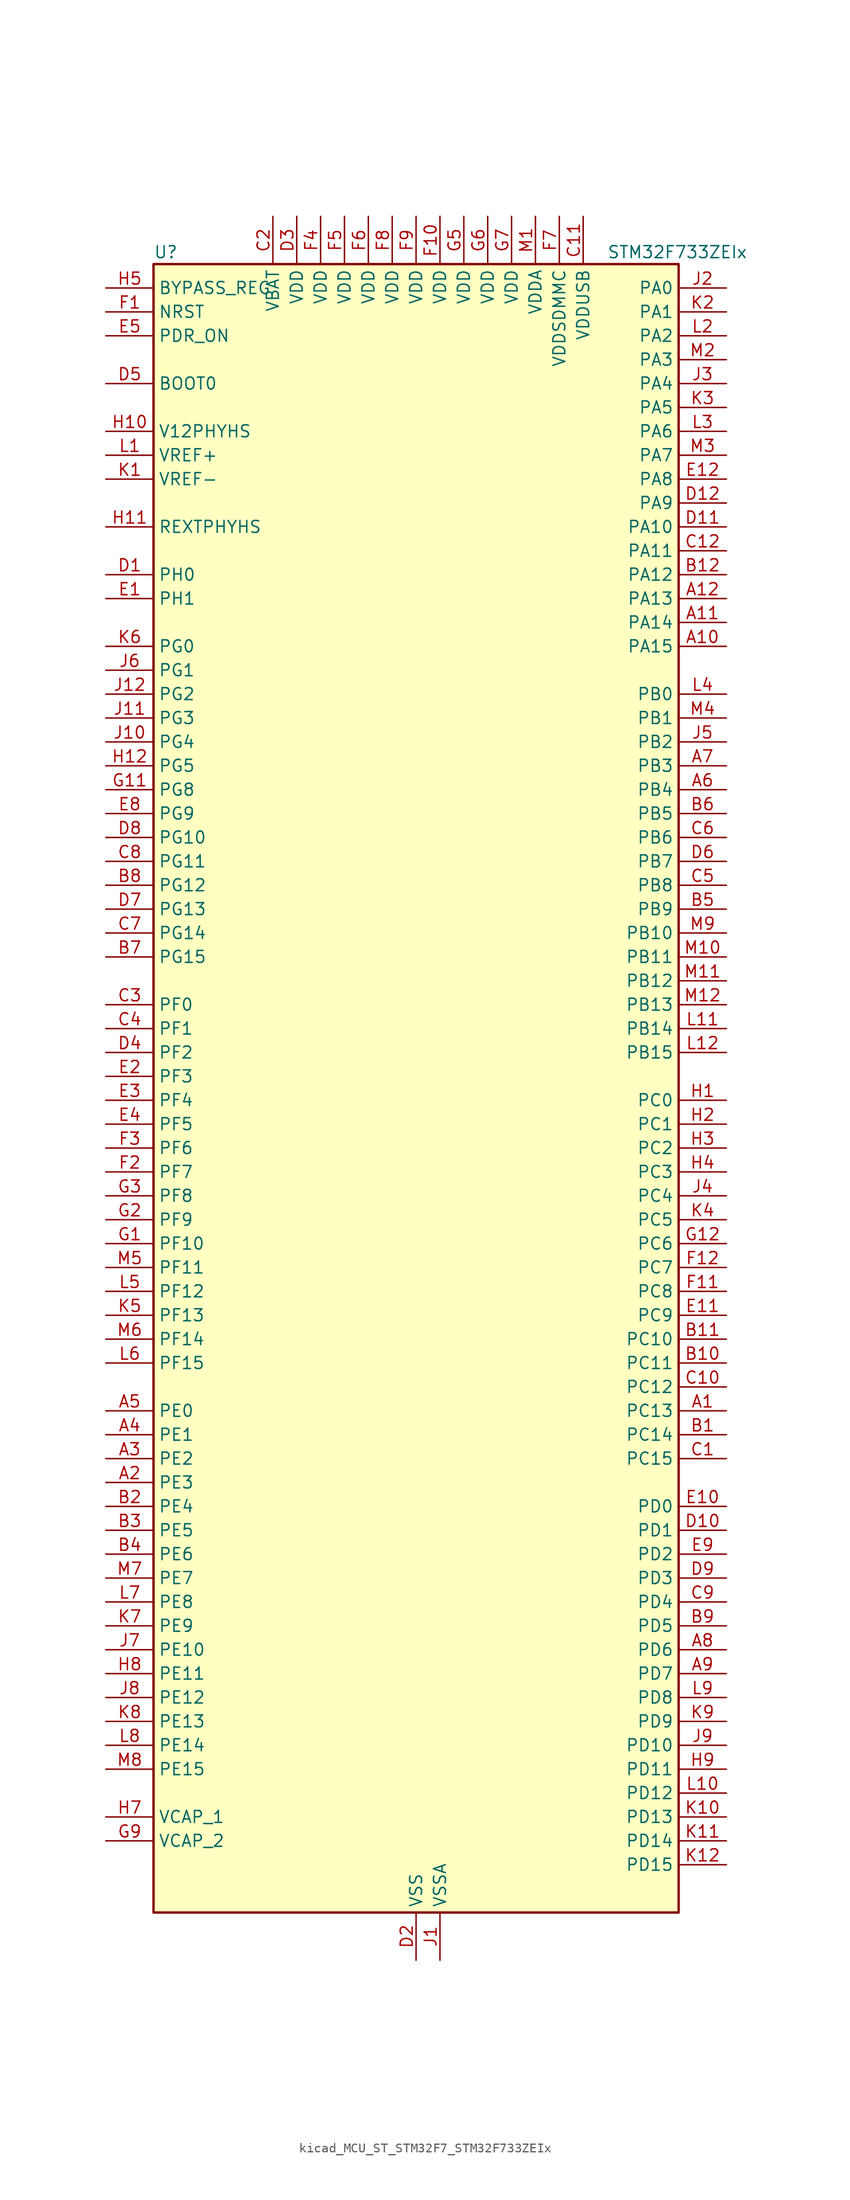
<source format=kicad_sym>
(kicad_symbol_lib
  (version 20220914)
  (generator kicad_symbol_editor)
  (symbol "kicad_MCU_ST_STM32F7_STM32F733ZEIx"
    (property "Reference" "U"
      (at -27.94 90.17 0)
      (effects (font (size 1.27 1.27)) (justify left)))
    (property "Value" "STM32F733ZEIx"
      (at 20.32 90.17 0)
      (effects (font (size 1.27 1.27)) (justify left)))
    (property "ki_locked" ""
      (at 0 0 0)
      (effects (font (size 1.27 1.27))))
    (symbol "kicad_MCU_ST_STM32F7_STM32F733ZEIx_0_1"
      (rectangle (start -27.94 -86.36) (end 27.94 88.9) (stroke (width 0.254) (type default)) (fill (type background))))
    (symbol "kicad_MCU_ST_STM32F7_STM32F733ZEIx_1_1"
      (pin bidirectional line (at 33.02 -33.02 180) (length 5.08) (name "PC13" (effects (font (size 1.27 1.27)))) (number "A1" (effects (font (size 1.27 1.27)))) (alternate "RTC_OUT" bidirectional line) (alternate "RTC_TAMP1" bidirectional line) (alternate "RTC_TS" bidirectional line) (alternate "SYS_WKUP4" bidirectional line))
      (pin bidirectional line (at 33.02 48.26 180) (length 5.08) (name "PA15" (effects (font (size 1.27 1.27)))) (number "A10" (effects (font (size 1.27 1.27)))) (alternate "I2S1_WS" bidirectional line) (alternate "I2S3_WS" bidirectional line) (alternate "SPI1_NSS" bidirectional line) (alternate "SPI3_NSS" bidirectional line) (alternate "SYS_JTDI" bidirectional line) (alternate "TIM2_CH1" bidirectional line) (alternate "TIM2_ETR" bidirectional line) (alternate "UART4_DE" bidirectional line) (alternate "UART4_RTS" bidirectional line))
      (pin bidirectional line (at 33.02 50.8 180) (length 5.08) (name "PA14" (effects (font (size 1.27 1.27)))) (number "A11" (effects (font (size 1.27 1.27)))) (alternate "SYS_JTCK-SWCLK" bidirectional line))
      (pin bidirectional line (at 33.02 53.34 180) (length 5.08) (name "PA13" (effects (font (size 1.27 1.27)))) (number "A12" (effects (font (size 1.27 1.27)))) (alternate "SYS_JTMS-SWDIO" bidirectional line))
      (pin bidirectional line (at -33.02 -40.64 0) (length 5.08) (name "PE3" (effects (font (size 1.27 1.27)))) (number "A2" (effects (font (size 1.27 1.27)))) (alternate "FMC_A19" bidirectional line) (alternate "SAI1_SD_B" bidirectional line) (alternate "SYS_TRACED0" bidirectional line))
      (pin bidirectional line (at -33.02 -38.1 0) (length 5.08) (name "PE2" (effects (font (size 1.27 1.27)))) (number "A3" (effects (font (size 1.27 1.27)))) (alternate "FMC_A23" bidirectional line) (alternate "QUADSPI_BK1_IO2" bidirectional line) (alternate "SAI1_MCLK_A" bidirectional line) (alternate "SPI4_SCK" bidirectional line) (alternate "SYS_TRACECLK" bidirectional line))
      (pin bidirectional line (at -33.02 -35.56 0) (length 5.08) (name "PE1" (effects (font (size 1.27 1.27)))) (number "A4" (effects (font (size 1.27 1.27)))) (alternate "FMC_NBL1" bidirectional line) (alternate "LPTIM1_IN2" bidirectional line) (alternate "UART8_TX" bidirectional line))
      (pin bidirectional line (at -33.02 -33.02 0) (length 5.08) (name "PE0" (effects (font (size 1.27 1.27)))) (number "A5" (effects (font (size 1.27 1.27)))) (alternate "FMC_NBL0" bidirectional line) (alternate "LPTIM1_ETR" bidirectional line) (alternate "SAI2_MCLK_A" bidirectional line) (alternate "TIM4_ETR" bidirectional line) (alternate "UART8_RX" bidirectional line))
      (pin bidirectional line (at 33.02 33.02 180) (length 5.08) (name "PB4" (effects (font (size 1.27 1.27)))) (number "A6" (effects (font (size 1.27 1.27)))) (alternate "I2S2_WS" bidirectional line) (alternate "SDMMC2_D3" bidirectional line) (alternate "SPI1_MISO" bidirectional line) (alternate "SPI2_NSS" bidirectional line) (alternate "SPI3_MISO" bidirectional line) (alternate "SYS_JTRST" bidirectional line) (alternate "TIM3_CH1" bidirectional line))
      (pin bidirectional line (at 33.02 35.56 180) (length 5.08) (name "PB3" (effects (font (size 1.27 1.27)))) (number "A7" (effects (font (size 1.27 1.27)))) (alternate "I2S1_CK" bidirectional line) (alternate "I2S3_CK" bidirectional line) (alternate "SDMMC2_D2" bidirectional line) (alternate "SPI1_SCK" bidirectional line) (alternate "SPI3_SCK" bidirectional line) (alternate "SYS_JTDO-SWO" bidirectional line) (alternate "TIM2_CH2" bidirectional line))
      (pin bidirectional line (at 33.02 -58.42 180) (length 5.08) (name "PD6" (effects (font (size 1.27 1.27)))) (number "A8" (effects (font (size 1.27 1.27)))) (alternate "FMC_NWAIT" bidirectional line) (alternate "I2S3_SD" bidirectional line) (alternate "SAI1_SD_A" bidirectional line) (alternate "SDMMC2_CK" bidirectional line) (alternate "SPI3_MOSI" bidirectional line) (alternate "USART2_RX" bidirectional line))
      (pin bidirectional line (at 33.02 -60.96 180) (length 5.08) (name "PD7" (effects (font (size 1.27 1.27)))) (number "A9" (effects (font (size 1.27 1.27)))) (alternate "FMC_NE1" bidirectional line) (alternate "SDMMC2_CMD" bidirectional line) (alternate "USART2_CK" bidirectional line))
      (pin bidirectional line (at 33.02 -35.56 180) (length 5.08) (name "PC14" (effects (font (size 1.27 1.27)))) (number "B1" (effects (font (size 1.27 1.27)))) (alternate "RCC_OSC32_IN" bidirectional line))
      (pin bidirectional line (at 33.02 -27.94 180) (length 5.08) (name "PC11" (effects (font (size 1.27 1.27)))) (number "B10" (effects (font (size 1.27 1.27)))) (alternate "ADC1_EXTI11" bidirectional line) (alternate "ADC2_EXTI11" bidirectional line) (alternate "ADC3_EXTI11" bidirectional line) (alternate "QUADSPI_BK2_NCS" bidirectional line) (alternate "SDMMC1_D3" bidirectional line) (alternate "SPI3_MISO" bidirectional line) (alternate "UART4_RX" bidirectional line) (alternate "USART3_RX" bidirectional line))
      (pin bidirectional line (at 33.02 -25.4 180) (length 5.08) (name "PC10" (effects (font (size 1.27 1.27)))) (number "B11" (effects (font (size 1.27 1.27)))) (alternate "I2S3_CK" bidirectional line) (alternate "QUADSPI_BK1_IO1" bidirectional line) (alternate "SDMMC1_D2" bidirectional line) (alternate "SPI3_SCK" bidirectional line) (alternate "UART4_TX" bidirectional line) (alternate "USART3_TX" bidirectional line))
      (pin bidirectional line (at 33.02 55.88 180) (length 5.08) (name "PA12" (effects (font (size 1.27 1.27)))) (number "B12" (effects (font (size 1.27 1.27)))) (alternate "CAN1_TX" bidirectional line) (alternate "SAI2_FS_B" bidirectional line) (alternate "TIM1_ETR" bidirectional line) (alternate "USART1_DE" bidirectional line) (alternate "USART1_RTS" bidirectional line) (alternate "USB_OTG_FS_DP" bidirectional line))
      (pin bidirectional line (at -33.02 -43.18 0) (length 5.08) (name "PE4" (effects (font (size 1.27 1.27)))) (number "B2" (effects (font (size 1.27 1.27)))) (alternate "FMC_A20" bidirectional line) (alternate "SAI1_FS_A" bidirectional line) (alternate "SPI4_NSS" bidirectional line) (alternate "SYS_TRACED1" bidirectional line))
      (pin bidirectional line (at -33.02 -45.72 0) (length 5.08) (name "PE5" (effects (font (size 1.27 1.27)))) (number "B3" (effects (font (size 1.27 1.27)))) (alternate "FMC_A21" bidirectional line) (alternate "SAI1_SCK_A" bidirectional line) (alternate "SPI4_MISO" bidirectional line) (alternate "SYS_TRACED2" bidirectional line) (alternate "TIM9_CH1" bidirectional line))
      (pin bidirectional line (at -33.02 -48.26 0) (length 5.08) (name "PE6" (effects (font (size 1.27 1.27)))) (number "B4" (effects (font (size 1.27 1.27)))) (alternate "FMC_A22" bidirectional line) (alternate "SAI1_SD_A" bidirectional line) (alternate "SAI2_MCLK_B" bidirectional line) (alternate "SPI4_MOSI" bidirectional line) (alternate "SYS_TRACED3" bidirectional line) (alternate "TIM1_BKIN2" bidirectional line) (alternate "TIM9_CH2" bidirectional line))
      (pin bidirectional line (at 33.02 20.32 180) (length 5.08) (name "PB9" (effects (font (size 1.27 1.27)))) (number "B5" (effects (font (size 1.27 1.27)))) (alternate "CAN1_TX" bidirectional line) (alternate "DAC_EXTI9" bidirectional line) (alternate "I2C1_SDA" bidirectional line) (alternate "I2S2_WS" bidirectional line) (alternate "SDMMC1_D5" bidirectional line) (alternate "SDMMC2_D5" bidirectional line) (alternate "SPI2_NSS" bidirectional line) (alternate "TIM11_CH1" bidirectional line) (alternate "TIM4_CH4" bidirectional line))
      (pin bidirectional line (at 33.02 30.48 180) (length 5.08) (name "PB5" (effects (font (size 1.27 1.27)))) (number "B6" (effects (font (size 1.27 1.27)))) (alternate "FMC_SDCKE1" bidirectional line) (alternate "I2C1_SMBA" bidirectional line) (alternate "I2S1_SD" bidirectional line) (alternate "I2S3_SD" bidirectional line) (alternate "SPI1_MOSI" bidirectional line) (alternate "SPI3_MOSI" bidirectional line) (alternate "TIM3_CH2" bidirectional line))
      (pin bidirectional line (at -33.02 15.24 0) (length 5.08) (name "PG15" (effects (font (size 1.27 1.27)))) (number "B7" (effects (font (size 1.27 1.27)))) (alternate "FMC_SDNCAS" bidirectional line) (alternate "USART6_CTS" bidirectional line))
      (pin bidirectional line (at -33.02 22.86 0) (length 5.08) (name "PG12" (effects (font (size 1.27 1.27)))) (number "B8" (effects (font (size 1.27 1.27)))) (alternate "FMC_NE4" bidirectional line) (alternate "LPTIM1_IN1" bidirectional line) (alternate "SDMMC2_D3" bidirectional line) (alternate "USART6_DE" bidirectional line) (alternate "USART6_RTS" bidirectional line))
      (pin bidirectional line (at 33.02 -55.88 180) (length 5.08) (name "PD5" (effects (font (size 1.27 1.27)))) (number "B9" (effects (font (size 1.27 1.27)))) (alternate "FMC_NWE" bidirectional line) (alternate "USART2_TX" bidirectional line))
      (pin bidirectional line (at 33.02 -38.1 180) (length 5.08) (name "PC15" (effects (font (size 1.27 1.27)))) (number "C1" (effects (font (size 1.27 1.27)))) (alternate "RCC_OSC32_OUT" bidirectional line))
      (pin bidirectional line (at 33.02 -30.48 180) (length 5.08) (name "PC12" (effects (font (size 1.27 1.27)))) (number "C10" (effects (font (size 1.27 1.27)))) (alternate "I2S3_SD" bidirectional line) (alternate "SDMMC1_CK" bidirectional line) (alternate "SPI3_MOSI" bidirectional line) (alternate "SYS_TRACED3" bidirectional line) (alternate "UART5_TX" bidirectional line) (alternate "USART3_CK" bidirectional line))
      (pin power_in line (at 17.78 93.98 270) (length 5.08) (name "VDDUSB" (effects (font (size 1.27 1.27)))) (number "C11" (effects (font (size 1.27 1.27)))))
      (pin bidirectional line (at 33.02 58.42 180) (length 5.08) (name "PA11" (effects (font (size 1.27 1.27)))) (number "C12" (effects (font (size 1.27 1.27)))) (alternate "ADC1_EXTI11" bidirectional line) (alternate "ADC2_EXTI11" bidirectional line) (alternate "ADC3_EXTI11" bidirectional line) (alternate "CAN1_RX" bidirectional line) (alternate "TIM1_CH4" bidirectional line) (alternate "USART1_CTS" bidirectional line) (alternate "USB_OTG_FS_DM" bidirectional line))
      (pin power_in line (at -15.24 93.98 270) (length 5.08) (name "VBAT" (effects (font (size 1.27 1.27)))) (number "C2" (effects (font (size 1.27 1.27)))))
      (pin bidirectional line (at -33.02 10.16 0) (length 5.08) (name "PF0" (effects (font (size 1.27 1.27)))) (number "C3" (effects (font (size 1.27 1.27)))) (alternate "FMC_A0" bidirectional line) (alternate "I2C2_SDA" bidirectional line))
      (pin bidirectional line (at -33.02 7.62 0) (length 5.08) (name "PF1" (effects (font (size 1.27 1.27)))) (number "C4" (effects (font (size 1.27 1.27)))) (alternate "FMC_A1" bidirectional line) (alternate "I2C2_SCL" bidirectional line))
      (pin bidirectional line (at 33.02 22.86 180) (length 5.08) (name "PB8" (effects (font (size 1.27 1.27)))) (number "C5" (effects (font (size 1.27 1.27)))) (alternate "CAN1_RX" bidirectional line) (alternate "I2C1_SCL" bidirectional line) (alternate "SDMMC1_D4" bidirectional line) (alternate "SDMMC2_D4" bidirectional line) (alternate "TIM10_CH1" bidirectional line) (alternate "TIM4_CH3" bidirectional line))
      (pin bidirectional line (at 33.02 27.94 180) (length 5.08) (name "PB6" (effects (font (size 1.27 1.27)))) (number "C6" (effects (font (size 1.27 1.27)))) (alternate "FMC_SDNE1" bidirectional line) (alternate "I2C1_SCL" bidirectional line) (alternate "QUADSPI_BK1_NCS" bidirectional line) (alternate "TIM4_CH1" bidirectional line) (alternate "USART1_TX" bidirectional line))
      (pin bidirectional line (at -33.02 17.78 0) (length 5.08) (name "PG14" (effects (font (size 1.27 1.27)))) (number "C7" (effects (font (size 1.27 1.27)))) (alternate "FMC_A25" bidirectional line) (alternate "LPTIM1_ETR" bidirectional line) (alternate "QUADSPI_BK2_IO3" bidirectional line) (alternate "SYS_TRACED1" bidirectional line) (alternate "USART6_TX" bidirectional line))
      (pin bidirectional line (at -33.02 25.4 0) (length 5.08) (name "PG11" (effects (font (size 1.27 1.27)))) (number "C8" (effects (font (size 1.27 1.27)))) (alternate "ADC1_EXTI11" bidirectional line) (alternate "ADC2_EXTI11" bidirectional line) (alternate "ADC3_EXTI11" bidirectional line) (alternate "FMC_INT" bidirectional line) (alternate "SDMMC2_D2" bidirectional line))
      (pin bidirectional line (at 33.02 -53.34 180) (length 5.08) (name "PD4" (effects (font (size 1.27 1.27)))) (number "C9" (effects (font (size 1.27 1.27)))) (alternate "FMC_NOE" bidirectional line) (alternate "USART2_DE" bidirectional line) (alternate "USART2_RTS" bidirectional line))
      (pin bidirectional line (at -33.02 55.88 0) (length 5.08) (name "PH0" (effects (font (size 1.27 1.27)))) (number "D1" (effects (font (size 1.27 1.27)))) (alternate "RCC_OSC_IN" bidirectional line))
      (pin bidirectional line (at 33.02 -45.72 180) (length 5.08) (name "PD1" (effects (font (size 1.27 1.27)))) (number "D10" (effects (font (size 1.27 1.27)))) (alternate "CAN1_TX" bidirectional line) (alternate "FMC_D3" bidirectional line) (alternate "FMC_DA3" bidirectional line))
      (pin bidirectional line (at 33.02 60.96 180) (length 5.08) (name "PA10" (effects (font (size 1.27 1.27)))) (number "D11" (effects (font (size 1.27 1.27)))) (alternate "TIM1_CH3" bidirectional line) (alternate "USART1_RX" bidirectional line) (alternate "USB_OTG_FS_ID" bidirectional line))
      (pin bidirectional line (at 33.02 63.5 180) (length 5.08) (name "PA9" (effects (font (size 1.27 1.27)))) (number "D12" (effects (font (size 1.27 1.27)))) (alternate "DAC_EXTI9" bidirectional line) (alternate "I2C3_SMBA" bidirectional line) (alternate "I2S2_CK" bidirectional line) (alternate "SPI2_SCK" bidirectional line) (alternate "TIM1_CH2" bidirectional line) (alternate "USART1_TX" bidirectional line) (alternate "USB_OTG_FS_VBUS" bidirectional line))
      (pin power_in line (at 0 -91.44 90) (length 5.08) (name "VSS" (effects (font (size 1.27 1.27)))) (number "D2" (effects (font (size 1.27 1.27)))))
      (pin power_in line (at -12.7 93.98 270) (length 5.08) (name "VDD" (effects (font (size 1.27 1.27)))) (number "D3" (effects (font (size 1.27 1.27)))))
      (pin bidirectional line (at -33.02 5.08 0) (length 5.08) (name "PF2" (effects (font (size 1.27 1.27)))) (number "D4" (effects (font (size 1.27 1.27)))) (alternate "FMC_A2" bidirectional line) (alternate "I2C2_SMBA" bidirectional line))
      (pin input line (at -33.02 76.2 0) (length 5.08) (name "BOOT0" (effects (font (size 1.27 1.27)))) (number "D5" (effects (font (size 1.27 1.27)))))
      (pin bidirectional line (at 33.02 25.4 180) (length 5.08) (name "PB7" (effects (font (size 1.27 1.27)))) (number "D6" (effects (font (size 1.27 1.27)))) (alternate "FMC_NL" bidirectional line) (alternate "I2C1_SDA" bidirectional line) (alternate "TIM4_CH2" bidirectional line) (alternate "USART1_RX" bidirectional line))
      (pin bidirectional line (at -33.02 20.32 0) (length 5.08) (name "PG13" (effects (font (size 1.27 1.27)))) (number "D7" (effects (font (size 1.27 1.27)))) (alternate "FMC_A24" bidirectional line) (alternate "LPTIM1_OUT" bidirectional line) (alternate "SYS_TRACED0" bidirectional line) (alternate "USART6_CTS" bidirectional line))
      (pin bidirectional line (at -33.02 27.94 0) (length 5.08) (name "PG10" (effects (font (size 1.27 1.27)))) (number "D8" (effects (font (size 1.27 1.27)))) (alternate "FMC_NE3" bidirectional line) (alternate "SAI2_SD_B" bidirectional line) (alternate "SDMMC2_D1" bidirectional line))
      (pin bidirectional line (at 33.02 -50.8 180) (length 5.08) (name "PD3" (effects (font (size 1.27 1.27)))) (number "D9" (effects (font (size 1.27 1.27)))) (alternate "FMC_CLK" bidirectional line) (alternate "I2S2_CK" bidirectional line) (alternate "SPI2_SCK" bidirectional line) (alternate "USART2_CTS" bidirectional line))
      (pin bidirectional line (at -33.02 53.34 0) (length 5.08) (name "PH1" (effects (font (size 1.27 1.27)))) (number "E1" (effects (font (size 1.27 1.27)))) (alternate "RCC_OSC_OUT" bidirectional line))
      (pin bidirectional line (at 33.02 -43.18 180) (length 5.08) (name "PD0" (effects (font (size 1.27 1.27)))) (number "E10" (effects (font (size 1.27 1.27)))) (alternate "CAN1_RX" bidirectional line) (alternate "FMC_D2" bidirectional line) (alternate "FMC_DA2" bidirectional line))
      (pin bidirectional line (at 33.02 -22.86 180) (length 5.08) (name "PC9" (effects (font (size 1.27 1.27)))) (number "E11" (effects (font (size 1.27 1.27)))) (alternate "DAC_EXTI9" bidirectional line) (alternate "I2C3_SDA" bidirectional line) (alternate "I2S_CKIN" bidirectional line) (alternate "QUADSPI_BK1_IO0" bidirectional line) (alternate "RCC_MCO_2" bidirectional line) (alternate "SDMMC1_D1" bidirectional line) (alternate "TIM3_CH4" bidirectional line) (alternate "TIM8_CH4" bidirectional line) (alternate "UART5_CTS" bidirectional line))
      (pin bidirectional line (at 33.02 66.04 180) (length 5.08) (name "PA8" (effects (font (size 1.27 1.27)))) (number "E12" (effects (font (size 1.27 1.27)))) (alternate "I2C3_SCL" bidirectional line) (alternate "RCC_MCO_1" bidirectional line) (alternate "TIM1_CH1" bidirectional line) (alternate "TIM8_BKIN2" bidirectional line) (alternate "USART1_CK" bidirectional line) (alternate "USB_OTG_FS_SOF" bidirectional line))
      (pin bidirectional line (at -33.02 2.54 0) (length 5.08) (name "PF3" (effects (font (size 1.27 1.27)))) (number "E2" (effects (font (size 1.27 1.27)))) (alternate "ADC3_IN9" bidirectional line) (alternate "FMC_A3" bidirectional line))
      (pin bidirectional line (at -33.02 0 0) (length 5.08) (name "PF4" (effects (font (size 1.27 1.27)))) (number "E3" (effects (font (size 1.27 1.27)))) (alternate "ADC3_IN14" bidirectional line) (alternate "FMC_A4" bidirectional line))
      (pin bidirectional line (at -33.02 -2.54 0) (length 5.08) (name "PF5" (effects (font (size 1.27 1.27)))) (number "E4" (effects (font (size 1.27 1.27)))) (alternate "ADC3_IN15" bidirectional line) (alternate "FMC_A5" bidirectional line))
      (pin input line (at -33.02 81.28 0) (length 5.08) (name "PDR_ON" (effects (font (size 1.27 1.27)))) (number "E5" (effects (font (size 1.27 1.27)))))
      (pin passive line (at 0 -91.44 90) (length 5.08) hide (name "VSS" (effects (font (size 1.27 1.27)))) (number "E6" (effects (font (size 1.27 1.27)))))
      (pin passive line (at 0 -91.44 90) (length 5.08) hide (name "VSS" (effects (font (size 1.27 1.27)))) (number "E7" (effects (font (size 1.27 1.27)))))
      (pin bidirectional line (at -33.02 30.48 0) (length 5.08) (name "PG9" (effects (font (size 1.27 1.27)))) (number "E8" (effects (font (size 1.27 1.27)))) (alternate "DAC_EXTI9" bidirectional line) (alternate "FMC_NCE" bidirectional line) (alternate "FMC_NE2" bidirectional line) (alternate "QUADSPI_BK2_IO2" bidirectional line) (alternate "SAI2_FS_B" bidirectional line) (alternate "SDMMC2_D0" bidirectional line) (alternate "USART6_RX" bidirectional line))
      (pin bidirectional line (at 33.02 -48.26 180) (length 5.08) (name "PD2" (effects (font (size 1.27 1.27)))) (number "E9" (effects (font (size 1.27 1.27)))) (alternate "SDMMC1_CMD" bidirectional line) (alternate "SYS_TRACED2" bidirectional line) (alternate "TIM3_ETR" bidirectional line) (alternate "UART5_RX" bidirectional line))
      (pin input line (at -33.02 83.82 0) (length 5.08) (name "NRST" (effects (font (size 1.27 1.27)))) (number "F1" (effects (font (size 1.27 1.27)))))
      (pin power_in line (at 2.54 93.98 270) (length 5.08) (name "VDD" (effects (font (size 1.27 1.27)))) (number "F10" (effects (font (size 1.27 1.27)))))
      (pin bidirectional line (at 33.02 -20.32 180) (length 5.08) (name "PC8" (effects (font (size 1.27 1.27)))) (number "F11" (effects (font (size 1.27 1.27)))) (alternate "SDMMC1_D0" bidirectional line) (alternate "SYS_TRACED1" bidirectional line) (alternate "TIM3_CH3" bidirectional line) (alternate "TIM8_CH3" bidirectional line) (alternate "UART5_DE" bidirectional line) (alternate "UART5_RTS" bidirectional line) (alternate "USART6_CK" bidirectional line))
      (pin bidirectional line (at 33.02 -17.78 180) (length 5.08) (name "PC7" (effects (font (size 1.27 1.27)))) (number "F12" (effects (font (size 1.27 1.27)))) (alternate "I2S3_MCK" bidirectional line) (alternate "SDMMC1_D7" bidirectional line) (alternate "SDMMC2_D7" bidirectional line) (alternate "TIM3_CH2" bidirectional line) (alternate "TIM8_CH2" bidirectional line) (alternate "USART6_RX" bidirectional line))
      (pin bidirectional line (at -33.02 -7.62 0) (length 5.08) (name "PF7" (effects (font (size 1.27 1.27)))) (number "F2" (effects (font (size 1.27 1.27)))) (alternate "ADC3_IN5" bidirectional line) (alternate "QUADSPI_BK1_IO2" bidirectional line) (alternate "SAI1_MCLK_B" bidirectional line) (alternate "SPI5_SCK" bidirectional line) (alternate "TIM11_CH1" bidirectional line) (alternate "UART7_TX" bidirectional line))
      (pin bidirectional line (at -33.02 -5.08 0) (length 5.08) (name "PF6" (effects (font (size 1.27 1.27)))) (number "F3" (effects (font (size 1.27 1.27)))) (alternate "ADC3_IN4" bidirectional line) (alternate "QUADSPI_BK1_IO3" bidirectional line) (alternate "SAI1_SD_B" bidirectional line) (alternate "SPI5_NSS" bidirectional line) (alternate "TIM10_CH1" bidirectional line) (alternate "UART7_RX" bidirectional line))
      (pin power_in line (at -10.16 93.98 270) (length 5.08) (name "VDD" (effects (font (size 1.27 1.27)))) (number "F4" (effects (font (size 1.27 1.27)))))
      (pin power_in line (at -7.62 93.98 270) (length 5.08) (name "VDD" (effects (font (size 1.27 1.27)))) (number "F5" (effects (font (size 1.27 1.27)))))
      (pin power_in line (at -5.08 93.98 270) (length 5.08) (name "VDD" (effects (font (size 1.27 1.27)))) (number "F6" (effects (font (size 1.27 1.27)))))
      (pin power_in line (at 15.24 93.98 270) (length 5.08) (name "VDDSDMMC" (effects (font (size 1.27 1.27)))) (number "F7" (effects (font (size 1.27 1.27)))))
      (pin power_in line (at -2.54 93.98 270) (length 5.08) (name "VDD" (effects (font (size 1.27 1.27)))) (number "F8" (effects (font (size 1.27 1.27)))))
      (pin power_in line (at 0 93.98 270) (length 5.08) (name "VDD" (effects (font (size 1.27 1.27)))) (number "F9" (effects (font (size 1.27 1.27)))))
      (pin bidirectional line (at -33.02 -15.24 0) (length 5.08) (name "PF10" (effects (font (size 1.27 1.27)))) (number "G1" (effects (font (size 1.27 1.27)))) (alternate "ADC3_IN8" bidirectional line))
      (pin passive line (at 0 -91.44 90) (length 5.08) hide (name "VSS" (effects (font (size 1.27 1.27)))) (number "G10" (effects (font (size 1.27 1.27)))))
      (pin bidirectional line (at -33.02 33.02 0) (length 5.08) (name "PG8" (effects (font (size 1.27 1.27)))) (number "G11" (effects (font (size 1.27 1.27)))) (alternate "FMC_SDCLK" bidirectional line) (alternate "USART6_DE" bidirectional line) (alternate "USART6_RTS" bidirectional line))
      (pin bidirectional line (at 33.02 -15.24 180) (length 5.08) (name "PC6" (effects (font (size 1.27 1.27)))) (number "G12" (effects (font (size 1.27 1.27)))) (alternate "I2S2_MCK" bidirectional line) (alternate "SDMMC1_D6" bidirectional line) (alternate "SDMMC2_D6" bidirectional line) (alternate "TIM3_CH1" bidirectional line) (alternate "TIM8_CH1" bidirectional line) (alternate "USART6_TX" bidirectional line))
      (pin bidirectional line (at -33.02 -12.7 0) (length 5.08) (name "PF9" (effects (font (size 1.27 1.27)))) (number "G2" (effects (font (size 1.27 1.27)))) (alternate "ADC3_IN7" bidirectional line) (alternate "DAC_EXTI9" bidirectional line) (alternate "QUADSPI_BK1_IO1" bidirectional line) (alternate "SAI1_FS_B" bidirectional line) (alternate "SPI5_MOSI" bidirectional line) (alternate "TIM14_CH1" bidirectional line) (alternate "UART7_CTS" bidirectional line))
      (pin bidirectional line (at -33.02 -10.16 0) (length 5.08) (name "PF8" (effects (font (size 1.27 1.27)))) (number "G3" (effects (font (size 1.27 1.27)))) (alternate "ADC3_IN6" bidirectional line) (alternate "QUADSPI_BK1_IO0" bidirectional line) (alternate "SAI1_SCK_B" bidirectional line) (alternate "SPI5_MISO" bidirectional line) (alternate "TIM13_CH1" bidirectional line) (alternate "UART7_DE" bidirectional line) (alternate "UART7_RTS" bidirectional line))
      (pin passive line (at 0 -91.44 90) (length 5.08) hide (name "VSS" (effects (font (size 1.27 1.27)))) (number "G4" (effects (font (size 1.27 1.27)))))
      (pin power_in line (at 5.08 93.98 270) (length 5.08) (name "VDD" (effects (font (size 1.27 1.27)))) (number "G5" (effects (font (size 1.27 1.27)))))
      (pin power_in line (at 7.62 93.98 270) (length 5.08) (name "VDD" (effects (font (size 1.27 1.27)))) (number "G6" (effects (font (size 1.27 1.27)))))
      (pin power_in line (at 10.16 93.98 270) (length 5.08) (name "VDD" (effects (font (size 1.27 1.27)))) (number "G7" (effects (font (size 1.27 1.27)))))
      (pin passive line (at 0 -91.44 90) (length 5.08) hide (name "VSS" (effects (font (size 1.27 1.27)))) (number "G8" (effects (font (size 1.27 1.27)))))
      (pin power_out line (at -33.02 -78.74 0) (length 5.08) (name "VCAP_2" (effects (font (size 1.27 1.27)))) (number "G9" (effects (font (size 1.27 1.27)))))
      (pin bidirectional line (at 33.02 0 180) (length 5.08) (name "PC0" (effects (font (size 1.27 1.27)))) (number "H1" (effects (font (size 1.27 1.27)))) (alternate "ADC1_IN10" bidirectional line) (alternate "ADC2_IN10" bidirectional line) (alternate "ADC3_IN10" bidirectional line) (alternate "FMC_SDNWE" bidirectional line) (alternate "SAI2_FS_B" bidirectional line))
      (pin power_in line (at -33.02 71.12 0) (length 5.08) (name "V12PHYHS" (effects (font (size 1.27 1.27)))) (number "H10" (effects (font (size 1.27 1.27)))))
      (pin bidirectional line (at -33.02 60.96 0) (length 5.08) (name "REXTPHYHS" (effects (font (size 1.27 1.27)))) (number "H11" (effects (font (size 1.27 1.27)))) (alternate "USB_OTG_HS_REXTPHYHS" bidirectional line))
      (pin bidirectional line (at -33.02 35.56 0) (length 5.08) (name "PG5" (effects (font (size 1.27 1.27)))) (number "H12" (effects (font (size 1.27 1.27)))) (alternate "FMC_A15" bidirectional line) (alternate "FMC_BA1" bidirectional line))
      (pin bidirectional line (at 33.02 -2.54 180) (length 5.08) (name "PC1" (effects (font (size 1.27 1.27)))) (number "H2" (effects (font (size 1.27 1.27)))) (alternate "ADC1_IN11" bidirectional line) (alternate "ADC2_IN11" bidirectional line) (alternate "ADC3_IN11" bidirectional line) (alternate "I2S2_SD" bidirectional line) (alternate "RTC_TAMP3" bidirectional line) (alternate "RTC_TS" bidirectional line) (alternate "SAI1_SD_A" bidirectional line) (alternate "SPI2_MOSI" bidirectional line) (alternate "SYS_TRACED0" bidirectional line) (alternate "SYS_WKUP3" bidirectional line))
      (pin bidirectional line (at 33.02 -5.08 180) (length 5.08) (name "PC2" (effects (font (size 1.27 1.27)))) (number "H3" (effects (font (size 1.27 1.27)))) (alternate "ADC1_IN12" bidirectional line) (alternate "ADC2_IN12" bidirectional line) (alternate "ADC3_IN12" bidirectional line) (alternate "FMC_SDNE0" bidirectional line) (alternate "SPI2_MISO" bidirectional line))
      (pin bidirectional line (at 33.02 -7.62 180) (length 5.08) (name "PC3" (effects (font (size 1.27 1.27)))) (number "H4" (effects (font (size 1.27 1.27)))) (alternate "ADC1_IN13" bidirectional line) (alternate "ADC2_IN13" bidirectional line) (alternate "ADC3_IN13" bidirectional line) (alternate "FMC_SDCKE0" bidirectional line) (alternate "I2S2_SD" bidirectional line) (alternate "SPI2_MOSI" bidirectional line))
      (pin input line (at -33.02 86.36 0) (length 5.08) (name "BYPASS_REG" (effects (font (size 1.27 1.27)))) (number "H5" (effects (font (size 1.27 1.27)))))
      (pin passive line (at 0 -91.44 90) (length 5.08) hide (name "VSS" (effects (font (size 1.27 1.27)))) (number "H6" (effects (font (size 1.27 1.27)))))
      (pin power_out line (at -33.02 -76.2 0) (length 5.08) (name "VCAP_1" (effects (font (size 1.27 1.27)))) (number "H7" (effects (font (size 1.27 1.27)))))
      (pin bidirectional line (at -33.02 -60.96 0) (length 5.08) (name "PE11" (effects (font (size 1.27 1.27)))) (number "H8" (effects (font (size 1.27 1.27)))) (alternate "ADC1_EXTI11" bidirectional line) (alternate "ADC2_EXTI11" bidirectional line) (alternate "ADC3_EXTI11" bidirectional line) (alternate "FMC_D8" bidirectional line) (alternate "FMC_DA8" bidirectional line) (alternate "SAI2_SD_B" bidirectional line) (alternate "SPI4_NSS" bidirectional line) (alternate "TIM1_CH2" bidirectional line))
      (pin bidirectional line (at 33.02 -71.12 180) (length 5.08) (name "PD11" (effects (font (size 1.27 1.27)))) (number "H9" (effects (font (size 1.27 1.27)))) (alternate "ADC1_EXTI11" bidirectional line) (alternate "ADC2_EXTI11" bidirectional line) (alternate "ADC3_EXTI11" bidirectional line) (alternate "FMC_A16" bidirectional line) (alternate "FMC_CLE" bidirectional line) (alternate "QUADSPI_BK1_IO0" bidirectional line) (alternate "SAI2_SD_A" bidirectional line) (alternate "USART3_CTS" bidirectional line))
      (pin power_in line (at 2.54 -91.44 90) (length 5.08) (name "VSSA" (effects (font (size 1.27 1.27)))) (number "J1" (effects (font (size 1.27 1.27)))))
      (pin bidirectional line (at -33.02 38.1 0) (length 5.08) (name "PG4" (effects (font (size 1.27 1.27)))) (number "J10" (effects (font (size 1.27 1.27)))) (alternate "FMC_A14" bidirectional line) (alternate "FMC_BA0" bidirectional line))
      (pin bidirectional line (at -33.02 40.64 0) (length 5.08) (name "PG3" (effects (font (size 1.27 1.27)))) (number "J11" (effects (font (size 1.27 1.27)))) (alternate "FMC_A13" bidirectional line))
      (pin bidirectional line (at -33.02 43.18 0) (length 5.08) (name "PG2" (effects (font (size 1.27 1.27)))) (number "J12" (effects (font (size 1.27 1.27)))) (alternate "FMC_A12" bidirectional line))
      (pin bidirectional line (at 33.02 86.36 180) (length 5.08) (name "PA0" (effects (font (size 1.27 1.27)))) (number "J2" (effects (font (size 1.27 1.27)))) (alternate "ADC1_IN0" bidirectional line) (alternate "ADC2_IN0" bidirectional line) (alternate "ADC3_IN0" bidirectional line) (alternate "SAI2_SD_B" bidirectional line) (alternate "SYS_WKUP1" bidirectional line) (alternate "TIM2_CH1" bidirectional line) (alternate "TIM2_ETR" bidirectional line) (alternate "TIM5_CH1" bidirectional line) (alternate "TIM8_ETR" bidirectional line) (alternate "UART4_TX" bidirectional line) (alternate "USART2_CTS" bidirectional line))
      (pin bidirectional line (at 33.02 76.2 180) (length 5.08) (name "PA4" (effects (font (size 1.27 1.27)))) (number "J3" (effects (font (size 1.27 1.27)))) (alternate "ADC1_IN4" bidirectional line) (alternate "ADC2_IN4" bidirectional line) (alternate "DAC_OUT1" bidirectional line) (alternate "I2S1_WS" bidirectional line) (alternate "I2S3_WS" bidirectional line) (alternate "SPI1_NSS" bidirectional line) (alternate "SPI3_NSS" bidirectional line) (alternate "USART2_CK" bidirectional line) (alternate "USB_OTG_HS_SOF" bidirectional line))
      (pin bidirectional line (at 33.02 -10.16 180) (length 5.08) (name "PC4" (effects (font (size 1.27 1.27)))) (number "J4" (effects (font (size 1.27 1.27)))) (alternate "ADC1_IN14" bidirectional line) (alternate "ADC2_IN14" bidirectional line) (alternate "FMC_SDNE0" bidirectional line) (alternate "I2S1_MCK" bidirectional line))
      (pin bidirectional line (at 33.02 38.1 180) (length 5.08) (name "PB2" (effects (font (size 1.27 1.27)))) (number "J5" (effects (font (size 1.27 1.27)))) (alternate "I2S3_SD" bidirectional line) (alternate "QUADSPI_CLK" bidirectional line) (alternate "SAI1_SD_A" bidirectional line) (alternate "SPI3_MOSI" bidirectional line))
      (pin bidirectional line (at -33.02 45.72 0) (length 5.08) (name "PG1" (effects (font (size 1.27 1.27)))) (number "J6" (effects (font (size 1.27 1.27)))) (alternate "FMC_A11" bidirectional line))
      (pin bidirectional line (at -33.02 -58.42 0) (length 5.08) (name "PE10" (effects (font (size 1.27 1.27)))) (number "J7" (effects (font (size 1.27 1.27)))) (alternate "FMC_D7" bidirectional line) (alternate "FMC_DA7" bidirectional line) (alternate "QUADSPI_BK2_IO3" bidirectional line) (alternate "TIM1_CH2N" bidirectional line) (alternate "UART7_CTS" bidirectional line))
      (pin bidirectional line (at -33.02 -63.5 0) (length 5.08) (name "PE12" (effects (font (size 1.27 1.27)))) (number "J8" (effects (font (size 1.27 1.27)))) (alternate "FMC_D9" bidirectional line) (alternate "FMC_DA9" bidirectional line) (alternate "SAI2_SCK_B" bidirectional line) (alternate "SPI4_SCK" bidirectional line) (alternate "TIM1_CH3N" bidirectional line))
      (pin bidirectional line (at 33.02 -68.58 180) (length 5.08) (name "PD10" (effects (font (size 1.27 1.27)))) (number "J9" (effects (font (size 1.27 1.27)))) (alternate "FMC_D15" bidirectional line) (alternate "FMC_DA15" bidirectional line) (alternate "USART3_CK" bidirectional line))
      (pin input line (at -33.02 66.04 0) (length 5.08) (name "VREF-" (effects (font (size 1.27 1.27)))) (number "K1" (effects (font (size 1.27 1.27)))))
      (pin bidirectional line (at 33.02 -76.2 180) (length 5.08) (name "PD13" (effects (font (size 1.27 1.27)))) (number "K10" (effects (font (size 1.27 1.27)))) (alternate "FMC_A18" bidirectional line) (alternate "LPTIM1_OUT" bidirectional line) (alternate "QUADSPI_BK1_IO3" bidirectional line) (alternate "SAI2_SCK_A" bidirectional line) (alternate "TIM4_CH2" bidirectional line))
      (pin bidirectional line (at 33.02 -78.74 180) (length 5.08) (name "PD14" (effects (font (size 1.27 1.27)))) (number "K11" (effects (font (size 1.27 1.27)))) (alternate "FMC_D0" bidirectional line) (alternate "FMC_DA0" bidirectional line) (alternate "TIM4_CH3" bidirectional line) (alternate "UART8_CTS" bidirectional line))
      (pin bidirectional line (at 33.02 -81.28 180) (length 5.08) (name "PD15" (effects (font (size 1.27 1.27)))) (number "K12" (effects (font (size 1.27 1.27)))) (alternate "FMC_D1" bidirectional line) (alternate "FMC_DA1" bidirectional line) (alternate "TIM4_CH4" bidirectional line) (alternate "UART8_DE" bidirectional line) (alternate "UART8_RTS" bidirectional line))
      (pin bidirectional line (at 33.02 83.82 180) (length 5.08) (name "PA1" (effects (font (size 1.27 1.27)))) (number "K2" (effects (font (size 1.27 1.27)))) (alternate "ADC1_IN1" bidirectional line) (alternate "ADC2_IN1" bidirectional line) (alternate "ADC3_IN1" bidirectional line) (alternate "QUADSPI_BK1_IO3" bidirectional line) (alternate "SAI2_MCLK_B" bidirectional line) (alternate "TIM2_CH2" bidirectional line) (alternate "TIM5_CH2" bidirectional line) (alternate "UART4_RX" bidirectional line) (alternate "USART2_DE" bidirectional line) (alternate "USART2_RTS" bidirectional line))
      (pin bidirectional line (at 33.02 73.66 180) (length 5.08) (name "PA5" (effects (font (size 1.27 1.27)))) (number "K3" (effects (font (size 1.27 1.27)))) (alternate "ADC1_IN5" bidirectional line) (alternate "ADC2_IN5" bidirectional line) (alternate "DAC_OUT2" bidirectional line) (alternate "I2S1_CK" bidirectional line) (alternate "SPI1_SCK" bidirectional line) (alternate "TIM2_CH1" bidirectional line) (alternate "TIM2_ETR" bidirectional line) (alternate "TIM8_CH1N" bidirectional line))
      (pin bidirectional line (at 33.02 -12.7 180) (length 5.08) (name "PC5" (effects (font (size 1.27 1.27)))) (number "K4" (effects (font (size 1.27 1.27)))) (alternate "ADC1_IN15" bidirectional line) (alternate "ADC2_IN15" bidirectional line) (alternate "FMC_SDCKE0" bidirectional line))
      (pin bidirectional line (at -33.02 -22.86 0) (length 5.08) (name "PF13" (effects (font (size 1.27 1.27)))) (number "K5" (effects (font (size 1.27 1.27)))) (alternate "FMC_A7" bidirectional line))
      (pin bidirectional line (at -33.02 48.26 0) (length 5.08) (name "PG0" (effects (font (size 1.27 1.27)))) (number "K6" (effects (font (size 1.27 1.27)))) (alternate "FMC_A10" bidirectional line))
      (pin bidirectional line (at -33.02 -55.88 0) (length 5.08) (name "PE9" (effects (font (size 1.27 1.27)))) (number "K7" (effects (font (size 1.27 1.27)))) (alternate "DAC_EXTI9" bidirectional line) (alternate "FMC_D6" bidirectional line) (alternate "FMC_DA6" bidirectional line) (alternate "QUADSPI_BK2_IO2" bidirectional line) (alternate "TIM1_CH1" bidirectional line) (alternate "UART7_DE" bidirectional line) (alternate "UART7_RTS" bidirectional line))
      (pin bidirectional line (at -33.02 -66.04 0) (length 5.08) (name "PE13" (effects (font (size 1.27 1.27)))) (number "K8" (effects (font (size 1.27 1.27)))) (alternate "FMC_D10" bidirectional line) (alternate "FMC_DA10" bidirectional line) (alternate "SAI2_FS_B" bidirectional line) (alternate "SPI4_MISO" bidirectional line) (alternate "TIM1_CH3" bidirectional line))
      (pin bidirectional line (at 33.02 -66.04 180) (length 5.08) (name "PD9" (effects (font (size 1.27 1.27)))) (number "K9" (effects (font (size 1.27 1.27)))) (alternate "DAC_EXTI9" bidirectional line) (alternate "FMC_D14" bidirectional line) (alternate "FMC_DA14" bidirectional line) (alternate "USART3_RX" bidirectional line))
      (pin input line (at -33.02 68.58 0) (length 5.08) (name "VREF+" (effects (font (size 1.27 1.27)))) (number "L1" (effects (font (size 1.27 1.27)))))
      (pin bidirectional line (at 33.02 -73.66 180) (length 5.08) (name "PD12" (effects (font (size 1.27 1.27)))) (number "L10" (effects (font (size 1.27 1.27)))) (alternate "FMC_A17" bidirectional line) (alternate "FMC_ALE" bidirectional line) (alternate "LPTIM1_IN1" bidirectional line) (alternate "QUADSPI_BK1_IO1" bidirectional line) (alternate "SAI2_FS_A" bidirectional line) (alternate "TIM4_CH1" bidirectional line) (alternate "USART3_DE" bidirectional line) (alternate "USART3_RTS" bidirectional line))
      (pin bidirectional line (at 33.02 7.62 180) (length 5.08) (name "PB14" (effects (font (size 1.27 1.27)))) (number "L11" (effects (font (size 1.27 1.27)))) (alternate "USB_OTG_HS_DM" bidirectional line))
      (pin bidirectional line (at 33.02 5.08 180) (length 5.08) (name "PB15" (effects (font (size 1.27 1.27)))) (number "L12" (effects (font (size 1.27 1.27)))) (alternate "USB_OTG_HS_DP" bidirectional line))
      (pin bidirectional line (at 33.02 81.28 180) (length 5.08) (name "PA2" (effects (font (size 1.27 1.27)))) (number "L2" (effects (font (size 1.27 1.27)))) (alternate "ADC1_IN2" bidirectional line) (alternate "ADC2_IN2" bidirectional line) (alternate "ADC3_IN2" bidirectional line) (alternate "SAI2_SCK_B" bidirectional line) (alternate "SYS_WKUP2" bidirectional line) (alternate "TIM2_CH3" bidirectional line) (alternate "TIM5_CH3" bidirectional line) (alternate "TIM9_CH1" bidirectional line) (alternate "USART2_TX" bidirectional line))
      (pin bidirectional line (at 33.02 71.12 180) (length 5.08) (name "PA6" (effects (font (size 1.27 1.27)))) (number "L3" (effects (font (size 1.27 1.27)))) (alternate "ADC1_IN6" bidirectional line) (alternate "ADC2_IN6" bidirectional line) (alternate "SPI1_MISO" bidirectional line) (alternate "TIM13_CH1" bidirectional line) (alternate "TIM1_BKIN" bidirectional line) (alternate "TIM3_CH1" bidirectional line) (alternate "TIM8_BKIN" bidirectional line))
      (pin bidirectional line (at 33.02 43.18 180) (length 5.08) (name "PB0" (effects (font (size 1.27 1.27)))) (number "L4" (effects (font (size 1.27 1.27)))) (alternate "ADC1_IN8" bidirectional line) (alternate "ADC2_IN8" bidirectional line) (alternate "TIM1_CH2N" bidirectional line) (alternate "TIM3_CH3" bidirectional line) (alternate "TIM8_CH2N" bidirectional line) (alternate "UART4_CTS" bidirectional line))
      (pin bidirectional line (at -33.02 -20.32 0) (length 5.08) (name "PF12" (effects (font (size 1.27 1.27)))) (number "L5" (effects (font (size 1.27 1.27)))) (alternate "FMC_A6" bidirectional line))
      (pin bidirectional line (at -33.02 -27.94 0) (length 5.08) (name "PF15" (effects (font (size 1.27 1.27)))) (number "L6" (effects (font (size 1.27 1.27)))) (alternate "FMC_A9" bidirectional line))
      (pin bidirectional line (at -33.02 -53.34 0) (length 5.08) (name "PE8" (effects (font (size 1.27 1.27)))) (number "L7" (effects (font (size 1.27 1.27)))) (alternate "FMC_D5" bidirectional line) (alternate "FMC_DA5" bidirectional line) (alternate "QUADSPI_BK2_IO1" bidirectional line) (alternate "TIM1_CH1N" bidirectional line) (alternate "UART7_TX" bidirectional line))
      (pin bidirectional line (at -33.02 -68.58 0) (length 5.08) (name "PE14" (effects (font (size 1.27 1.27)))) (number "L8" (effects (font (size 1.27 1.27)))) (alternate "FMC_D11" bidirectional line) (alternate "FMC_DA11" bidirectional line) (alternate "SAI2_MCLK_B" bidirectional line) (alternate "SPI4_MOSI" bidirectional line) (alternate "TIM1_CH4" bidirectional line))
      (pin bidirectional line (at 33.02 -63.5 180) (length 5.08) (name "PD8" (effects (font (size 1.27 1.27)))) (number "L9" (effects (font (size 1.27 1.27)))) (alternate "FMC_D13" bidirectional line) (alternate "FMC_DA13" bidirectional line) (alternate "USART3_TX" bidirectional line))
      (pin power_in line (at 12.7 93.98 270) (length 5.08) (name "VDDA" (effects (font (size 1.27 1.27)))) (number "M1" (effects (font (size 1.27 1.27)))))
      (pin bidirectional line (at 33.02 15.24 180) (length 5.08) (name "PB11" (effects (font (size 1.27 1.27)))) (number "M10" (effects (font (size 1.27 1.27)))) (alternate "ADC1_EXTI11" bidirectional line) (alternate "ADC2_EXTI11" bidirectional line) (alternate "ADC3_EXTI11" bidirectional line) (alternate "I2C2_SDA" bidirectional line) (alternate "TIM2_CH4" bidirectional line) (alternate "USART3_RX" bidirectional line))
      (pin bidirectional line (at 33.02 12.7 180) (length 5.08) (name "PB12" (effects (font (size 1.27 1.27)))) (number "M11" (effects (font (size 1.27 1.27)))) (alternate "I2C2_SMBA" bidirectional line) (alternate "I2S2_WS" bidirectional line) (alternate "SPI2_NSS" bidirectional line) (alternate "TIM1_BKIN" bidirectional line) (alternate "USART3_CK" bidirectional line) (alternate "USB_OTG_HS_ID" bidirectional line))
      (pin bidirectional line (at 33.02 10.16 180) (length 5.08) (name "PB13" (effects (font (size 1.27 1.27)))) (number "M12" (effects (font (size 1.27 1.27)))) (alternate "I2S2_CK" bidirectional line) (alternate "SPI2_SCK" bidirectional line) (alternate "TIM1_CH1N" bidirectional line) (alternate "USART3_CTS" bidirectional line) (alternate "USB_OTG_HS_VBUS" bidirectional line))
      (pin bidirectional line (at 33.02 78.74 180) (length 5.08) (name "PA3" (effects (font (size 1.27 1.27)))) (number "M2" (effects (font (size 1.27 1.27)))) (alternate "ADC1_IN3" bidirectional line) (alternate "ADC2_IN3" bidirectional line) (alternate "ADC3_IN3" bidirectional line) (alternate "TIM2_CH4" bidirectional line) (alternate "TIM5_CH4" bidirectional line) (alternate "TIM9_CH2" bidirectional line) (alternate "USART2_RX" bidirectional line))
      (pin bidirectional line (at 33.02 68.58 180) (length 5.08) (name "PA7" (effects (font (size 1.27 1.27)))) (number "M3" (effects (font (size 1.27 1.27)))) (alternate "ADC1_IN7" bidirectional line) (alternate "ADC2_IN7" bidirectional line) (alternate "FMC_SDNWE" bidirectional line) (alternate "I2S1_SD" bidirectional line) (alternate "SPI1_MOSI" bidirectional line) (alternate "TIM14_CH1" bidirectional line) (alternate "TIM1_CH1N" bidirectional line) (alternate "TIM3_CH2" bidirectional line) (alternate "TIM8_CH1N" bidirectional line))
      (pin bidirectional line (at 33.02 40.64 180) (length 5.08) (name "PB1" (effects (font (size 1.27 1.27)))) (number "M4" (effects (font (size 1.27 1.27)))) (alternate "ADC1_IN9" bidirectional line) (alternate "ADC2_IN9" bidirectional line) (alternate "TIM1_CH3N" bidirectional line) (alternate "TIM3_CH4" bidirectional line) (alternate "TIM8_CH3N" bidirectional line))
      (pin bidirectional line (at -33.02 -17.78 0) (length 5.08) (name "PF11" (effects (font (size 1.27 1.27)))) (number "M5" (effects (font (size 1.27 1.27)))) (alternate "ADC1_EXTI11" bidirectional line) (alternate "ADC2_EXTI11" bidirectional line) (alternate "ADC3_EXTI11" bidirectional line) (alternate "FMC_SDNRAS" bidirectional line) (alternate "SAI2_SD_B" bidirectional line) (alternate "SPI5_MOSI" bidirectional line))
      (pin bidirectional line (at -33.02 -25.4 0) (length 5.08) (name "PF14" (effects (font (size 1.27 1.27)))) (number "M6" (effects (font (size 1.27 1.27)))) (alternate "FMC_A8" bidirectional line))
      (pin bidirectional line (at -33.02 -50.8 0) (length 5.08) (name "PE7" (effects (font (size 1.27 1.27)))) (number "M7" (effects (font (size 1.27 1.27)))) (alternate "FMC_D4" bidirectional line) (alternate "FMC_DA4" bidirectional line) (alternate "QUADSPI_BK2_IO0" bidirectional line) (alternate "TIM1_ETR" bidirectional line) (alternate "UART7_RX" bidirectional line))
      (pin bidirectional line (at -33.02 -71.12 0) (length 5.08) (name "PE15" (effects (font (size 1.27 1.27)))) (number "M8" (effects (font (size 1.27 1.27)))) (alternate "FMC_D12" bidirectional line) (alternate "FMC_DA12" bidirectional line) (alternate "TIM1_BKIN" bidirectional line))
      (pin bidirectional line (at 33.02 17.78 180) (length 5.08) (name "PB10" (effects (font (size 1.27 1.27)))) (number "M9" (effects (font (size 1.27 1.27)))) (alternate "I2C2_SCL" bidirectional line) (alternate "I2S2_CK" bidirectional line) (alternate "SPI2_SCK" bidirectional line) (alternate "TIM2_CH3" bidirectional line) (alternate "USART3_TX" bidirectional line)))))
</source>
